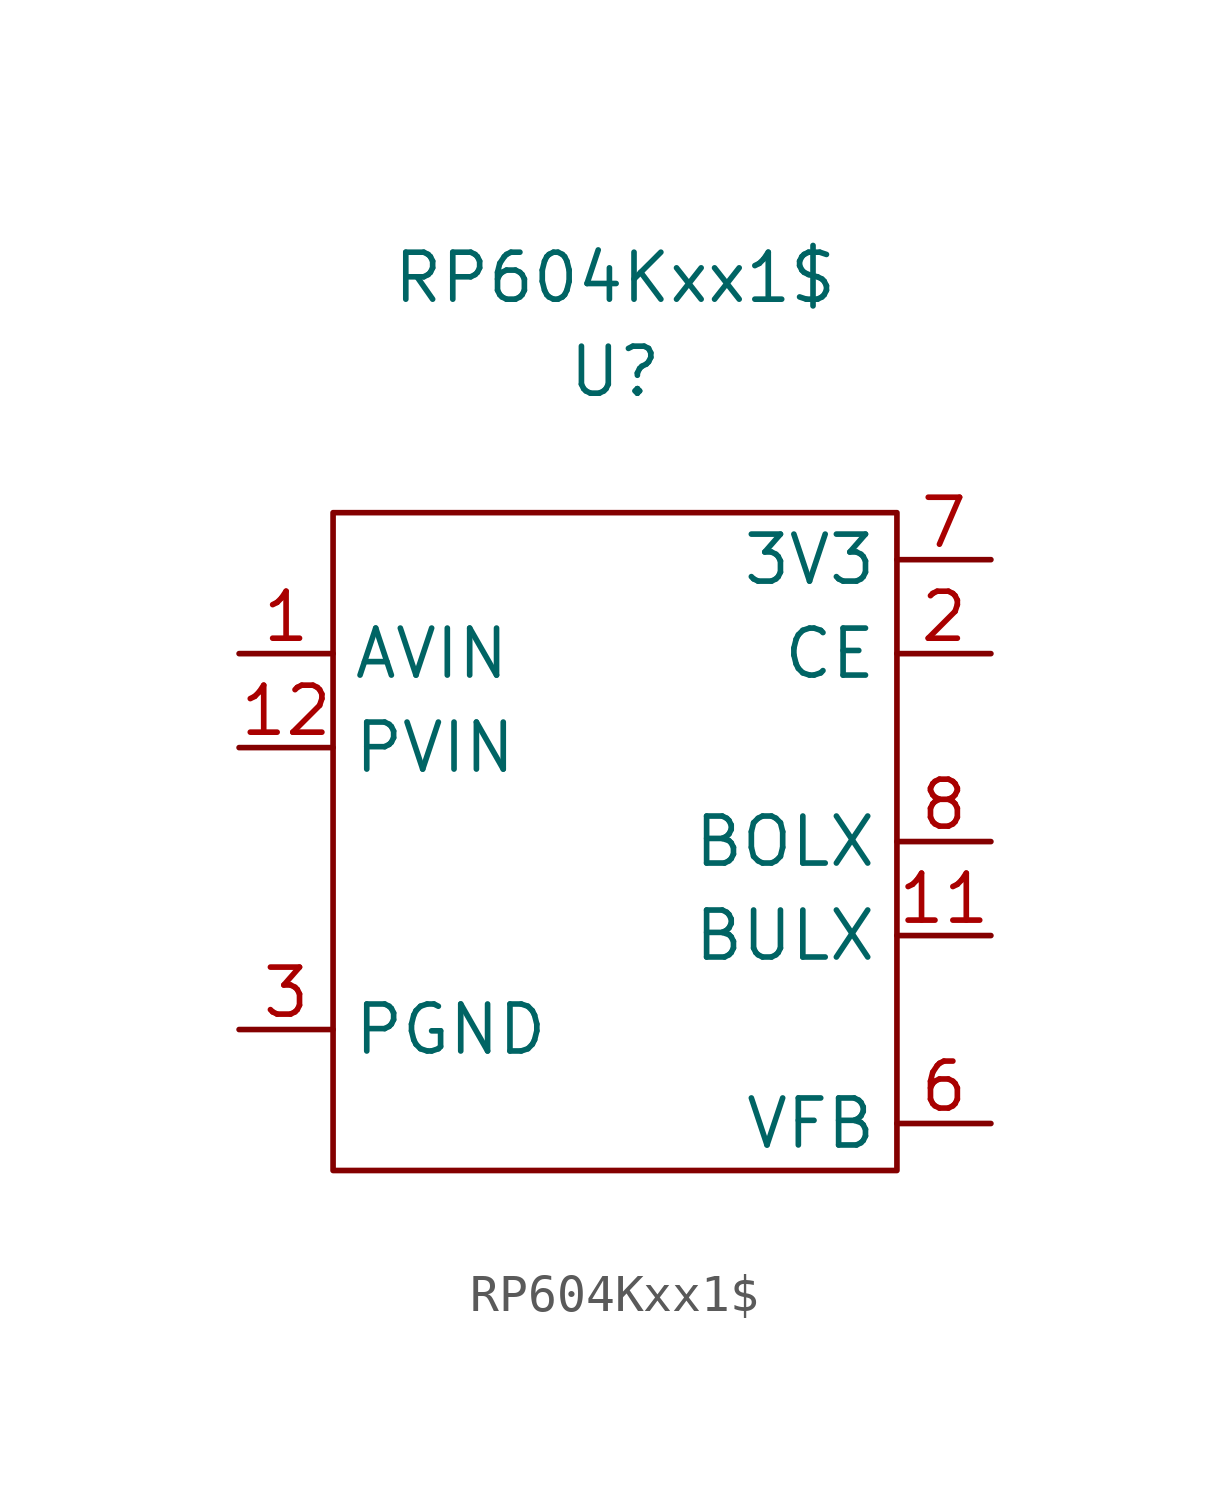
<source format=kicad_sym>
(kicad_symbol_lib
  (version 20211014)
  (generator kicad_symbol_editor)
  (symbol "RP604Kxx1$"
    (property "Reference" "U"
      (at 0 12.7 0)
      (effects (font (size 1.27 1.27))))
    (property "Value" "RP604Kxx1$"
      (at 0 15.24 0)
      (effects (font (size 1.27 1.27))))
    (symbol "RP604Kxx1$_0_1"
      (rectangle (start -7.62 8.89) (end 7.62 -8.89) (stroke (width 0) (type default) (color 0 0 0 0)) (fill (type none))))
    (symbol "RP604Kxx1$_1_1"
      (pin power_in line (at -10.16 5.08 0) (length 2.54) (name "AVIN" (effects (font (size 1.27 1.27)))) (number "1" (effects (font (size 1.27 1.27)))))
      (pin input line (at -10.16 -5.08 0) (length 2.54) hide (name "PGND" (effects (font (size 1.27 1.27)))) (number "10" (effects (font (size 1.27 1.27)))))
      (pin output line (at 10.16 -2.54 180) (length 2.54) (name "BULX" (effects (font (size 1.27 1.27)))) (number "11" (effects (font (size 1.27 1.27)))))
      (pin power_in line (at -10.16 2.54 0) (length 2.54) (name "PVIN" (effects (font (size 1.27 1.27)))) (number "12" (effects (font (size 1.27 1.27)))))
      (pin input line (at -10.16 -5.08 0) (length 2.54) hide (name "PGND" (effects (font (size 1.27 1.27)))) (number "13" (effects (font (size 1.27 1.27)))))
      (pin input line (at 10.16 5.08 180) (length 2.54) (name "CE" (effects (font (size 1.27 1.27)))) (number "2" (effects (font (size 1.27 1.27)))))
      (pin input line (at -10.16 -5.08 0) (length 2.54) (name "PGND" (effects (font (size 1.27 1.27)))) (number "3" (effects (font (size 1.27 1.27)))))
      (pin input line (at -10.16 -5.08 0) (length 2.54) hide (name "PGND" (effects (font (size 1.27 1.27)))) (number "4" (effects (font (size 1.27 1.27)))))
      (pin input line (at -10.16 -5.08 0) (length 2.54) hide (name "PGND" (effects (font (size 1.27 1.27)))) (number "5" (effects (font (size 1.27 1.27)))))
      (pin input line (at 10.16 -7.62 180) (length 2.54) (name "VFB" (effects (font (size 1.27 1.27)))) (number "6" (effects (font (size 1.27 1.27)))))
      (pin power_out line (at 10.16 7.62 180) (length 2.54) (name "3V3" (effects (font (size 1.27 1.27)))) (number "7" (effects (font (size 1.27 1.27)))))
      (pin output line (at 10.16 0 180) (length 2.54) (name "BOLX" (effects (font (size 1.27 1.27)))) (number "8" (effects (font (size 1.27 1.27)))))
      (pin input line (at -10.16 -5.08 0) (length 2.54) hide (name "PGND" (effects (font (size 1.27 1.27)))) (number "9" (effects (font (size 1.27 1.27))))))))
</source>
